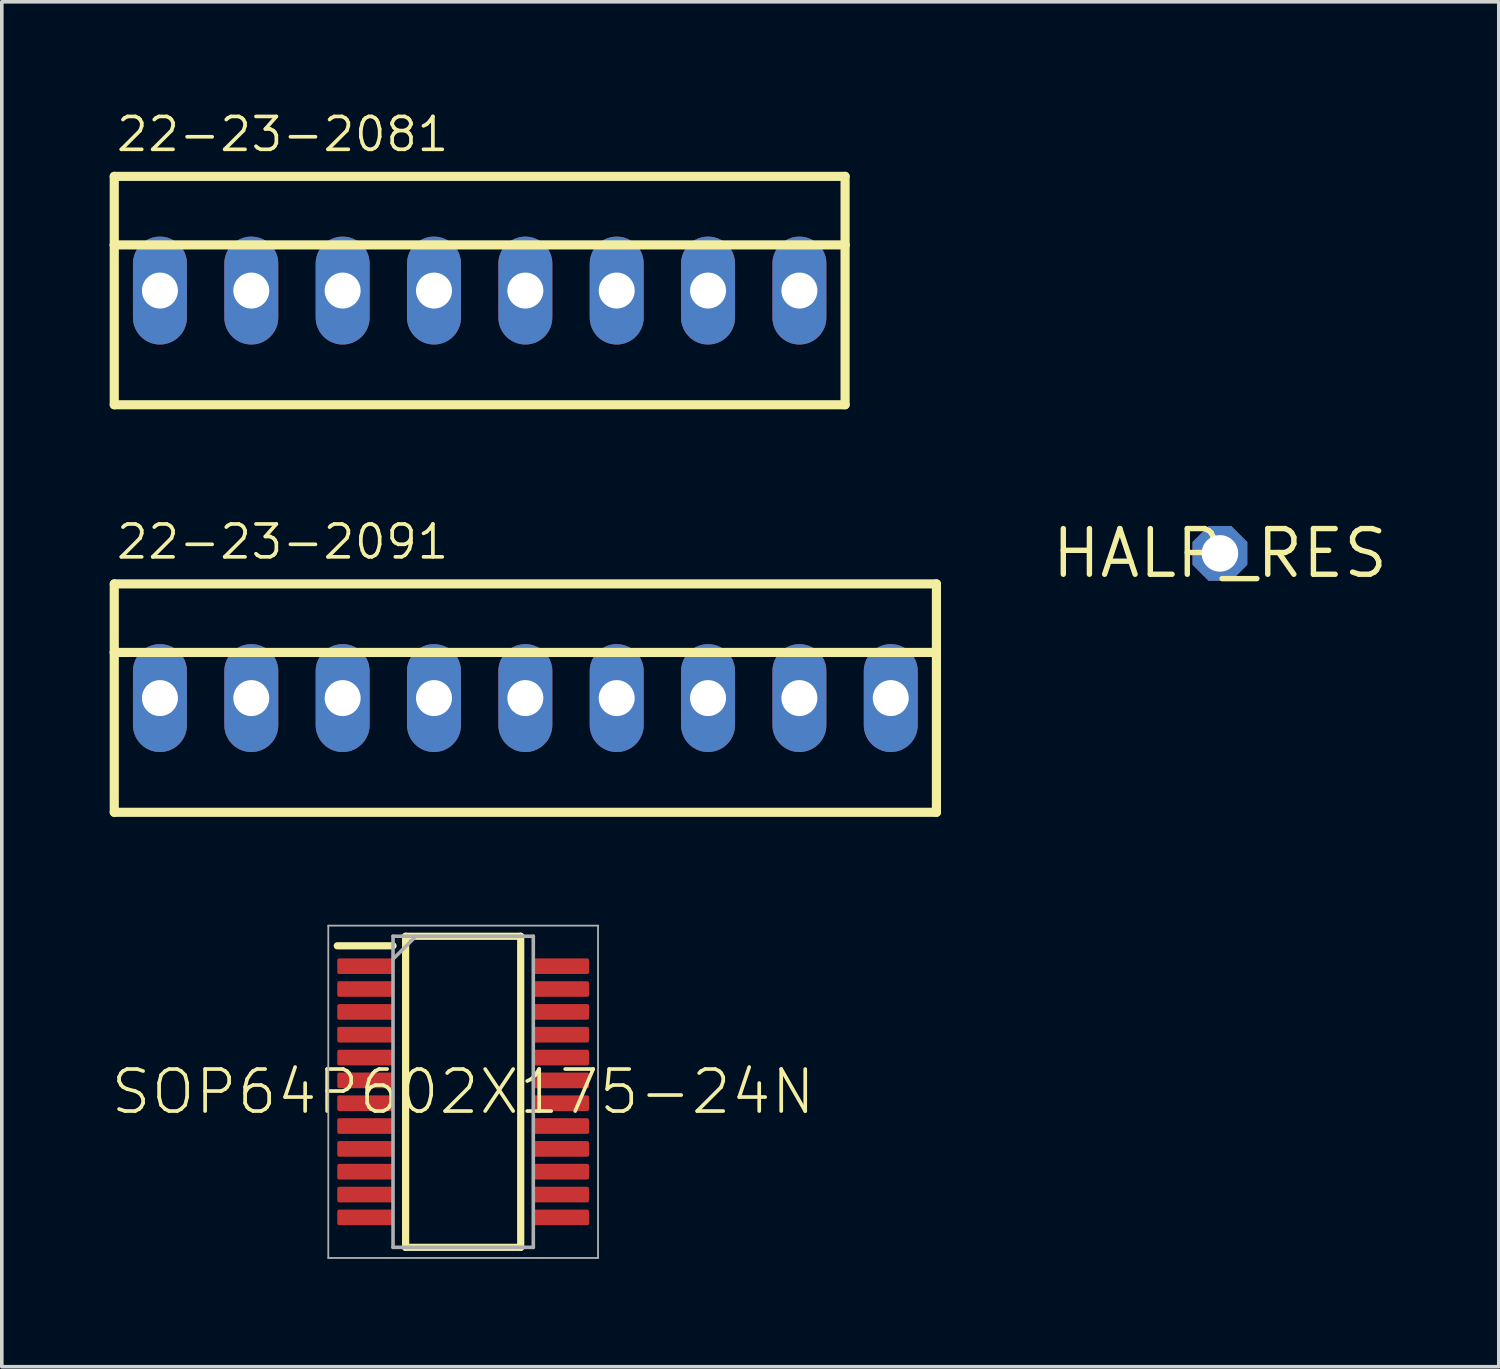
<source format=kicad_pcb>
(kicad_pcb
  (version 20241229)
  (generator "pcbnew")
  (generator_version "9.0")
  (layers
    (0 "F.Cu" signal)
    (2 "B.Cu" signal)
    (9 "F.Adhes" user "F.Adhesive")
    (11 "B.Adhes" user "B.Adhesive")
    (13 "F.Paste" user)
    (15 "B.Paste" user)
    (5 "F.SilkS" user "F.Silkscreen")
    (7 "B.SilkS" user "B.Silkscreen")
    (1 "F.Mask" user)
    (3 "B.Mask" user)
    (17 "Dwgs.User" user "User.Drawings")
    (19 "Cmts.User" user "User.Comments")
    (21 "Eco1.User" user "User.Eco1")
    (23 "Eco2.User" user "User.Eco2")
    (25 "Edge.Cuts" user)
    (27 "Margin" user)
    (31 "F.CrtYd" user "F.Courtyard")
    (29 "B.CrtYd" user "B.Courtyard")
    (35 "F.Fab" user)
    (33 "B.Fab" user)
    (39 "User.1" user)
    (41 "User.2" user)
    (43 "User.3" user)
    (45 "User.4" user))
  (footprint "22-23-2081"
    (layer "F.Cu")
    (at 10.287 5.029)
    (property "Reference" "22-23-2081" (at -10.16 -3.81 0) (layer "F.SilkS") (effects (font (size 0.914 0.914) (thickness 0.102)) (justify left bottom)))
    (fp_line (start -10.16 -3.175) (end 10.16 -3.175) (stroke (width 0.254) (type solid)) (layer "F.SilkS"))
    (fp_line (start -10.16 -1.27) (end -10.16 -3.175) (stroke (width 0.254) (type solid)) (layer "F.SilkS"))
    (fp_line (start -10.16 -1.27) (end 10.16 -1.27) (stroke (width 0.254) (type solid)) (layer "F.SilkS"))
    (fp_line (start -10.16 3.175) (end -10.16 -1.27) (stroke (width 0.254) (type solid)) (layer "F.SilkS"))
    (fp_line (start 10.16 -3.175) (end 10.16 -1.27) (stroke (width 0.254) (type solid)) (layer "F.SilkS"))
    (fp_line (start 10.16 -1.27) (end 10.16 3.175) (stroke (width 0.254) (type solid)) (layer "F.SilkS"))
    (fp_line (start 10.16 3.175) (end -10.16 3.175) (stroke (width 0.254) (type solid)) (layer "F.SilkS"))
    (pad "1" thru_hole oval (at -8.89 0 90) (size 3 1.5) (drill 1) (layers "*.Cu" "*.Mask"))
    (pad "2" thru_hole oval (at -6.35 0 90) (size 3 1.5) (drill 1) (layers "*.Cu" "*.Mask"))
    (pad "3" thru_hole oval (at -3.81 0 90) (size 3 1.5) (drill 1) (layers "*.Cu" "*.Mask"))
    (pad "4" thru_hole oval (at -1.27 0 90) (size 3 1.5) (drill 1) (layers "*.Cu" "*.Mask"))
    (pad "5" thru_hole oval (at 1.27 0 90) (size 3 1.5) (drill 1) (layers "*.Cu" "*.Mask"))
    (pad "6" thru_hole oval (at 3.81 0 90) (size 3 1.5) (drill 1) (layers "*.Cu" "*.Mask"))
    (pad "7" thru_hole oval (at 6.35 0 90) (size 3 1.5) (drill 1) (layers "*.Cu" "*.Mask"))
    (pad "8" thru_hole oval (at 8.89 0 90) (size 3 1.5) (drill 1) (layers "*.Cu" "*.Mask")))
  (footprint "SOP64P602X175-24N"
    (layer "F.Cu")
    (at 9.828 27.307)
    (property "Reference" "SOP64P602X175-24N" (at 0 0 0) (layer "F.SilkS") (effects (font (size 1.168 1.168) (thickness 0.102))))
    (fp_line (start -3.5 -4.06) (end -1.95 -4.06) (stroke (width 0.2) (type solid)) (layer "F.SilkS"))
    (fp_line (start -1.6 -4.325) (end 1.6 -4.325) (stroke (width 0.2) (type solid)) (layer "F.SilkS"))
    (fp_line (start -1.6 4.325) (end -1.6 -4.325) (stroke (width 0.2) (type solid)) (layer "F.SilkS"))
    (fp_line (start 1.6 -4.325) (end 1.6 4.325) (stroke (width 0.2) (type solid)) (layer "F.SilkS"))
    (fp_line (start 1.6 4.325) (end -1.6 4.325) (stroke (width 0.2) (type solid)) (layer "F.SilkS"))
    (fp_line (start -3.75 -4.62) (end 3.75 -4.62) (stroke (width 0.05) (type solid)) (layer "F.Fab"))
    (fp_line (start -3.75 4.62) (end -3.75 -4.62) (stroke (width 0.05) (type solid)) (layer "F.Fab"))
    (fp_line (start -1.95 -4.325) (end 1.95 -4.325) (stroke (width 0.1) (type solid)) (layer "F.Fab"))
    (fp_line (start -1.95 -3.69) (end -1.315 -4.325) (stroke (width 0.1) (type solid)) (layer "F.Fab"))
    (fp_line (start -1.95 4.325) (end -1.95 -4.325) (stroke (width 0.1) (type solid)) (layer "F.Fab"))
    (fp_line (start 1.95 -4.325) (end 1.95 4.325) (stroke (width 0.1) (type solid)) (layer "F.Fab"))
    (fp_line (start 1.95 4.325) (end -1.95 4.325) (stroke (width 0.1) (type solid)) (layer "F.Fab"))
    (fp_line (start 3.75 -4.62) (end 3.75 4.62) (stroke (width 0.05) (type solid)) (layer "F.Fab"))
    (fp_line (start 3.75 4.62) (end -3.75 4.62) (stroke (width 0.05) (type solid)) (layer "F.Fab"))
    (pad "1" smd roundrect (at -2.725 -3.492) (size 1.55 0.435) (layers "F.Cu" "F.Mask" "F.Paste") (roundrect_rratio 0.117))
    (pad "2" smd roundrect (at -2.725 -2.858) (size 1.55 0.435) (layers "F.Cu" "F.Mask" "F.Paste") (roundrect_rratio 0.117))
    (pad "3" smd roundrect (at -2.725 -2.222) (size 1.55 0.435) (layers "F.Cu" "F.Mask" "F.Paste") (roundrect_rratio 0.117))
    (pad "4" smd roundrect (at -2.725 -1.588) (size 1.55 0.435) (layers "F.Cu" "F.Mask" "F.Paste") (roundrect_rratio 0.117))
    (pad "5" smd roundrect (at -2.725 -0.952) (size 1.55 0.435) (layers "F.Cu" "F.Mask" "F.Paste") (roundrect_rratio 0.117))
    (pad "6" smd roundrect (at -2.725 -0.318) (size 1.55 0.435) (layers "F.Cu" "F.Mask" "F.Paste") (roundrect_rratio 0.117))
    (pad "7" smd roundrect (at -2.725 0.318) (size 1.55 0.435) (layers "F.Cu" "F.Mask" "F.Paste") (roundrect_rratio 0.117))
    (pad "8" smd roundrect (at -2.725 0.952) (size 1.55 0.435) (layers "F.Cu" "F.Mask" "F.Paste") (roundrect_rratio 0.117))
    (pad "9" smd roundrect (at -2.725 1.588) (size 1.55 0.435) (layers "F.Cu" "F.Mask" "F.Paste") (roundrect_rratio 0.117))
    (pad "10" smd roundrect (at -2.725 2.222) (size 1.55 0.435) (layers "F.Cu" "F.Mask" "F.Paste") (roundrect_rratio 0.117))
    (pad "11" smd roundrect (at -2.725 2.858) (size 1.55 0.435) (layers "F.Cu" "F.Mask" "F.Paste") (roundrect_rratio 0.117))
    (pad "12" smd roundrect (at -2.725 3.492) (size 1.55 0.435) (layers "F.Cu" "F.Mask" "F.Paste") (roundrect_rratio 0.117))
    (pad "13" smd roundrect (at 2.725 3.492) (size 1.55 0.435) (layers "F.Cu" "F.Mask" "F.Paste") (roundrect_rratio 0.117))
    (pad "14" smd roundrect (at 2.725 2.858) (size 1.55 0.435) (layers "F.Cu" "F.Mask" "F.Paste") (roundrect_rratio 0.117))
    (pad "15" smd roundrect (at 2.725 2.222) (size 1.55 0.435) (layers "F.Cu" "F.Mask" "F.Paste") (roundrect_rratio 0.117))
    (pad "16" smd roundrect (at 2.725 1.588) (size 1.55 0.435) (layers "F.Cu" "F.Mask" "F.Paste") (roundrect_rratio 0.117))
    (pad "17" smd roundrect (at 2.725 0.952) (size 1.55 0.435) (layers "F.Cu" "F.Mask" "F.Paste") (roundrect_rratio 0.117))
    (pad "18" smd roundrect (at 2.725 0.318) (size 1.55 0.435) (layers "F.Cu" "F.Mask" "F.Paste") (roundrect_rratio 0.117))
    (pad "19" smd roundrect (at 2.725 -0.318) (size 1.55 0.435) (layers "F.Cu" "F.Mask" "F.Paste") (roundrect_rratio 0.117))
    (pad "20" smd roundrect (at 2.725 -0.952) (size 1.55 0.435) (layers "F.Cu" "F.Mask" "F.Paste") (roundrect_rratio 0.117))
    (pad "21" smd roundrect (at 2.725 -1.588) (size 1.55 0.435) (layers "F.Cu" "F.Mask" "F.Paste") (roundrect_rratio 0.117))
    (pad "22" smd roundrect (at 2.725 -2.222) (size 1.55 0.435) (layers "F.Cu" "F.Mask" "F.Paste") (roundrect_rratio 0.117))
    (pad "23" smd roundrect (at 2.725 -2.858) (size 1.55 0.435) (layers "F.Cu" "F.Mask" "F.Paste") (roundrect_rratio 0.117))
    (pad "24" smd roundrect (at 2.725 -3.492) (size 1.55 0.435) (layers "F.Cu" "F.Mask" "F.Paste") (roundrect_rratio 0.117)))
  (footprint "HALP_RES"
    (layer "F.Cu")
    (at 30.869 12.337)
    (property "Reference" "HALP_RES" (at 0 0 0) (layer "F.SilkS") (effects (font (size 1.27 1.27) (thickness 0.15))))
    (pad "P$1" thru_hole roundrect (at 0 0) (size 1.524 1.524) (drill 1.016) (layers "*.Cu" "*.Mask") (roundrect_rratio 0.25) (chamfer_ratio 0.293) (chamfer top_left top_right bottom_left bottom_right)))
  (footprint "22-23-2091"
    (layer "F.Cu")
    (at 11.557 16.36)
    (property "Reference" "22-23-2091" (at -11.43 -3.81 0) (layer "F.SilkS") (effects (font (size 0.914 0.914) (thickness 0.102)) (justify left bottom)))
    (fp_line (start -11.43 -3.175) (end 11.43 -3.175) (stroke (width 0.254) (type solid)) (layer "F.SilkS"))
    (fp_line (start -11.43 -1.27) (end -11.43 -3.175) (stroke (width 0.254) (type solid)) (layer "F.SilkS"))
    (fp_line (start -11.43 -1.27) (end 11.43 -1.27) (stroke (width 0.254) (type solid)) (layer "F.SilkS"))
    (fp_line (start -11.43 3.175) (end -11.43 -1.27) (stroke (width 0.254) (type solid)) (layer "F.SilkS"))
    (fp_line (start 11.43 -3.175) (end 11.43 -1.27) (stroke (width 0.254) (type solid)) (layer "F.SilkS"))
    (fp_line (start 11.43 -1.27) (end 11.43 3.175) (stroke (width 0.254) (type solid)) (layer "F.SilkS"))
    (fp_line (start 11.43 3.175) (end -11.43 3.175) (stroke (width 0.254) (type solid)) (layer "F.SilkS"))
    (pad "1" thru_hole oval (at -10.16 0 90) (size 3 1.5) (drill 1) (layers "*.Cu" "*.Mask"))
    (pad "2" thru_hole oval (at -7.62 0 90) (size 3 1.5) (drill 1) (layers "*.Cu" "*.Mask"))
    (pad "3" thru_hole oval (at -5.08 0 90) (size 3 1.5) (drill 1) (layers "*.Cu" "*.Mask"))
    (pad "4" thru_hole oval (at -2.54 0 90) (size 3 1.5) (drill 1) (layers "*.Cu" "*.Mask"))
    (pad "5" thru_hole oval (at 0 0 90) (size 3 1.5) (drill 1) (layers "*.Cu" "*.Mask"))
    (pad "6" thru_hole oval (at 2.54 0 90) (size 3 1.5) (drill 1) (layers "*.Cu" "*.Mask"))
    (pad "7" thru_hole oval (at 5.08 0 90) (size 3 1.5) (drill 1) (layers "*.Cu" "*.Mask"))
    (pad "8" thru_hole oval (at 7.62 0 90) (size 3 1.5) (drill 1) (layers "*.Cu" "*.Mask"))
    (pad "9" thru_hole oval (at 10.16 0 90) (size 3 1.5) (drill 1) (layers "*.Cu" "*.Mask")))
  (gr_rect
    (start -3 -3)
    (end 38.623 34.952)
    (stroke (width 0.1) (type default))
    (fill no)
    (layer "Edge.Cuts")))
</source>
